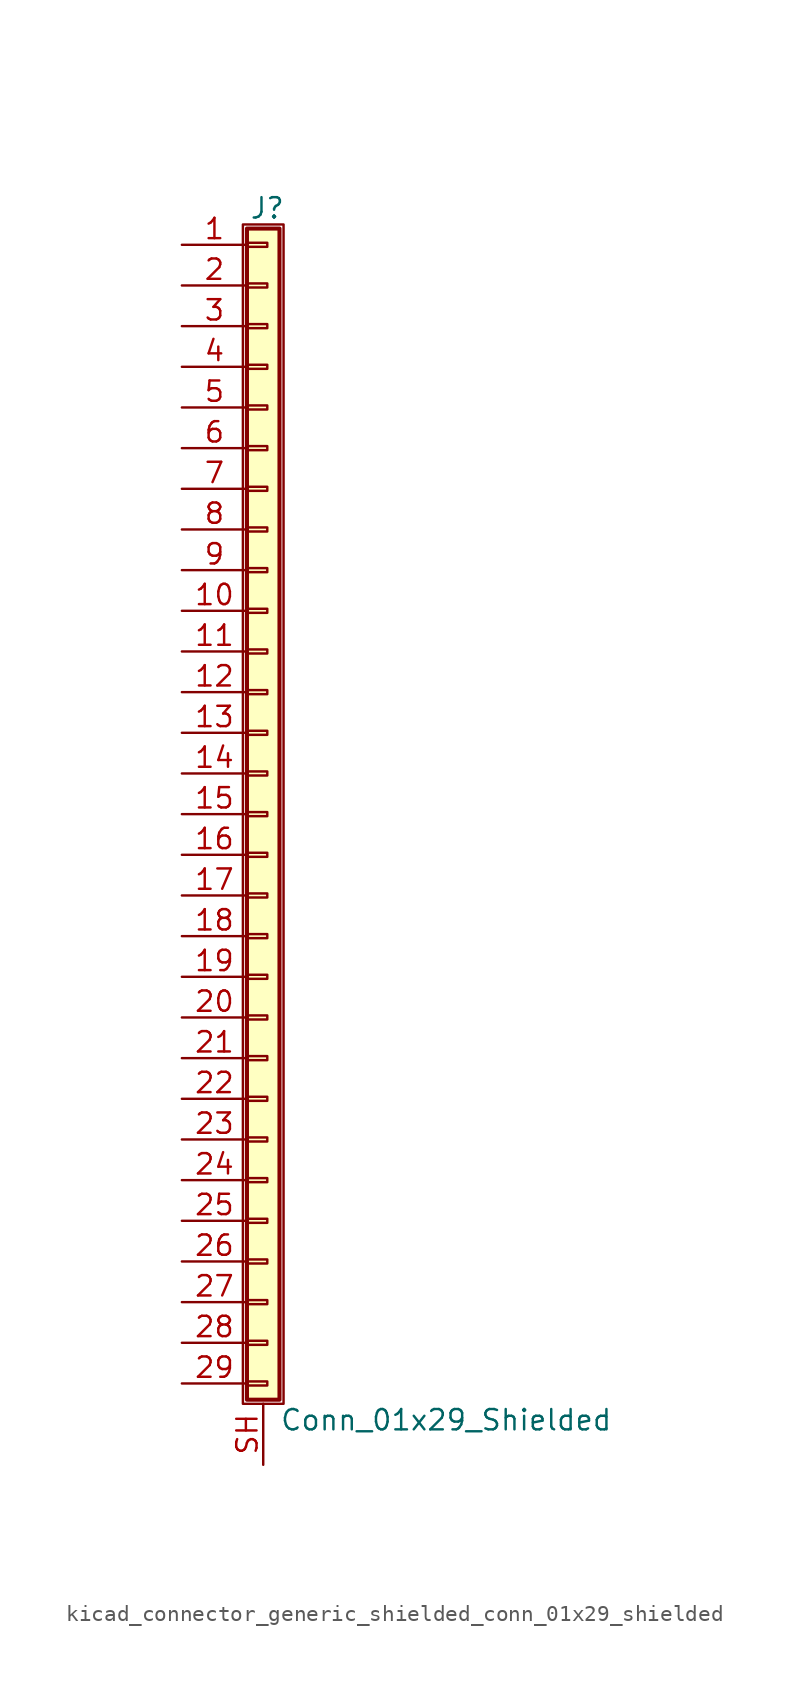
<source format=kicad_sym>
(kicad_symbol_lib
  (version 20220914)
  (generator kicad_symbol_editor)
  (symbol "kicad_connector_generic_shielded_conn_01x29_shielded"
    (pin_names
      (offset 1.016) hide)
    (property "Reference" "J"
      (at 0.254 37.846 0)
      (effects (font (size 1.27 1.27))))
    (property "Value" "Conn_01x29_Shielded"
      (at 1.016 -37.846 0)
      (effects (font (size 1.27 1.27)) (justify left)))
    (symbol "kicad_connector_generic_shielded_conn_01x29_shielded_1_1"
      (rectangle (start -1.27 36.83) (end 1.27 -36.83) (stroke (width 0.152) (type default)) (fill (type none)))
      (rectangle (start -1.016 -35.433) (end 0.254 -35.687) (stroke (width 0.152) (type default)) (fill (type none)))
      (rectangle (start -1.016 -32.893) (end 0.254 -33.147) (stroke (width 0.152) (type default)) (fill (type none)))
      (rectangle (start -1.016 -30.353) (end 0.254 -30.607) (stroke (width 0.152) (type default)) (fill (type none)))
      (rectangle (start -1.016 -27.813) (end 0.254 -28.067) (stroke (width 0.152) (type default)) (fill (type none)))
      (rectangle (start -1.016 -25.273) (end 0.254 -25.527) (stroke (width 0.152) (type default)) (fill (type none)))
      (rectangle (start -1.016 -22.733) (end 0.254 -22.987) (stroke (width 0.152) (type default)) (fill (type none)))
      (rectangle (start -1.016 -20.193) (end 0.254 -20.447) (stroke (width 0.152) (type default)) (fill (type none)))
      (rectangle (start -1.016 -17.653) (end 0.254 -17.907) (stroke (width 0.152) (type default)) (fill (type none)))
      (rectangle (start -1.016 -15.113) (end 0.254 -15.367) (stroke (width 0.152) (type default)) (fill (type none)))
      (rectangle (start -1.016 -12.573) (end 0.254 -12.827) (stroke (width 0.152) (type default)) (fill (type none)))
      (rectangle (start -1.016 -10.033) (end 0.254 -10.287) (stroke (width 0.152) (type default)) (fill (type none)))
      (rectangle (start -1.016 -7.493) (end 0.254 -7.747) (stroke (width 0.152) (type default)) (fill (type none)))
      (rectangle (start -1.016 -4.953) (end 0.254 -5.207) (stroke (width 0.152) (type default)) (fill (type none)))
      (rectangle (start -1.016 -2.413) (end 0.254 -2.667) (stroke (width 0.152) (type default)) (fill (type none)))
      (rectangle (start -1.016 0.127) (end 0.254 -0.127) (stroke (width 0.152) (type default)) (fill (type none)))
      (rectangle (start -1.016 2.667) (end 0.254 2.413) (stroke (width 0.152) (type default)) (fill (type none)))
      (rectangle (start -1.016 5.207) (end 0.254 4.953) (stroke (width 0.152) (type default)) (fill (type none)))
      (rectangle (start -1.016 7.747) (end 0.254 7.493) (stroke (width 0.152) (type default)) (fill (type none)))
      (rectangle (start -1.016 10.287) (end 0.254 10.033) (stroke (width 0.152) (type default)) (fill (type none)))
      (rectangle (start -1.016 12.827) (end 0.254 12.573) (stroke (width 0.152) (type default)) (fill (type none)))
      (rectangle (start -1.016 15.367) (end 0.254 15.113) (stroke (width 0.152) (type default)) (fill (type none)))
      (rectangle (start -1.016 17.907) (end 0.254 17.653) (stroke (width 0.152) (type default)) (fill (type none)))
      (rectangle (start -1.016 20.447) (end 0.254 20.193) (stroke (width 0.152) (type default)) (fill (type none)))
      (rectangle (start -1.016 22.987) (end 0.254 22.733) (stroke (width 0.152) (type default)) (fill (type none)))
      (rectangle (start -1.016 25.527) (end 0.254 25.273) (stroke (width 0.152) (type default)) (fill (type none)))
      (rectangle (start -1.016 28.067) (end 0.254 27.813) (stroke (width 0.152) (type default)) (fill (type none)))
      (rectangle (start -1.016 30.607) (end 0.254 30.353) (stroke (width 0.152) (type default)) (fill (type none)))
      (rectangle (start -1.016 33.147) (end 0.254 32.893) (stroke (width 0.152) (type default)) (fill (type none)))
      (rectangle (start -1.016 35.687) (end 0.254 35.433) (stroke (width 0.152) (type default)) (fill (type none)))
      (rectangle (start -1.016 36.576) (end 1.016 -36.576) (stroke (width 0.254) (type default)) (fill (type background)))
      (pin passive line (at -5.08 35.56 0) (length 4.064) (name "Pin_1" (effects (font (size 1.27 1.27)))) (number "1" (effects (font (size 1.27 1.27)))))
      (pin passive line (at -5.08 12.7 0) (length 4.064) (name "Pin_10" (effects (font (size 1.27 1.27)))) (number "10" (effects (font (size 1.27 1.27)))))
      (pin passive line (at -5.08 10.16 0) (length 4.064) (name "Pin_11" (effects (font (size 1.27 1.27)))) (number "11" (effects (font (size 1.27 1.27)))))
      (pin passive line (at -5.08 7.62 0) (length 4.064) (name "Pin_12" (effects (font (size 1.27 1.27)))) (number "12" (effects (font (size 1.27 1.27)))))
      (pin passive line (at -5.08 5.08 0) (length 4.064) (name "Pin_13" (effects (font (size 1.27 1.27)))) (number "13" (effects (font (size 1.27 1.27)))))
      (pin passive line (at -5.08 2.54 0) (length 4.064) (name "Pin_14" (effects (font (size 1.27 1.27)))) (number "14" (effects (font (size 1.27 1.27)))))
      (pin passive line (at -5.08 0 0) (length 4.064) (name "Pin_15" (effects (font (size 1.27 1.27)))) (number "15" (effects (font (size 1.27 1.27)))))
      (pin passive line (at -5.08 -2.54 0) (length 4.064) (name "Pin_16" (effects (font (size 1.27 1.27)))) (number "16" (effects (font (size 1.27 1.27)))))
      (pin passive line (at -5.08 -5.08 0) (length 4.064) (name "Pin_17" (effects (font (size 1.27 1.27)))) (number "17" (effects (font (size 1.27 1.27)))))
      (pin passive line (at -5.08 -7.62 0) (length 4.064) (name "Pin_18" (effects (font (size 1.27 1.27)))) (number "18" (effects (font (size 1.27 1.27)))))
      (pin passive line (at -5.08 -10.16 0) (length 4.064) (name "Pin_19" (effects (font (size 1.27 1.27)))) (number "19" (effects (font (size 1.27 1.27)))))
      (pin passive line (at -5.08 33.02 0) (length 4.064) (name "Pin_2" (effects (font (size 1.27 1.27)))) (number "2" (effects (font (size 1.27 1.27)))))
      (pin passive line (at -5.08 -12.7 0) (length 4.064) (name "Pin_20" (effects (font (size 1.27 1.27)))) (number "20" (effects (font (size 1.27 1.27)))))
      (pin passive line (at -5.08 -15.24 0) (length 4.064) (name "Pin_21" (effects (font (size 1.27 1.27)))) (number "21" (effects (font (size 1.27 1.27)))))
      (pin passive line (at -5.08 -17.78 0) (length 4.064) (name "Pin_22" (effects (font (size 1.27 1.27)))) (number "22" (effects (font (size 1.27 1.27)))))
      (pin passive line (at -5.08 -20.32 0) (length 4.064) (name "Pin_23" (effects (font (size 1.27 1.27)))) (number "23" (effects (font (size 1.27 1.27)))))
      (pin passive line (at -5.08 -22.86 0) (length 4.064) (name "Pin_24" (effects (font (size 1.27 1.27)))) (number "24" (effects (font (size 1.27 1.27)))))
      (pin passive line (at -5.08 -25.4 0) (length 4.064) (name "Pin_25" (effects (font (size 1.27 1.27)))) (number "25" (effects (font (size 1.27 1.27)))))
      (pin passive line (at -5.08 -27.94 0) (length 4.064) (name "Pin_26" (effects (font (size 1.27 1.27)))) (number "26" (effects (font (size 1.27 1.27)))))
      (pin passive line (at -5.08 -30.48 0) (length 4.064) (name "Pin_27" (effects (font (size 1.27 1.27)))) (number "27" (effects (font (size 1.27 1.27)))))
      (pin passive line (at -5.08 -33.02 0) (length 4.064) (name "Pin_28" (effects (font (size 1.27 1.27)))) (number "28" (effects (font (size 1.27 1.27)))))
      (pin passive line (at -5.08 -35.56 0) (length 4.064) (name "Pin_29" (effects (font (size 1.27 1.27)))) (number "29" (effects (font (size 1.27 1.27)))))
      (pin passive line (at -5.08 30.48 0) (length 4.064) (name "Pin_3" (effects (font (size 1.27 1.27)))) (number "3" (effects (font (size 1.27 1.27)))))
      (pin passive line (at -5.08 27.94 0) (length 4.064) (name "Pin_4" (effects (font (size 1.27 1.27)))) (number "4" (effects (font (size 1.27 1.27)))))
      (pin passive line (at -5.08 25.4 0) (length 4.064) (name "Pin_5" (effects (font (size 1.27 1.27)))) (number "5" (effects (font (size 1.27 1.27)))))
      (pin passive line (at -5.08 22.86 0) (length 4.064) (name "Pin_6" (effects (font (size 1.27 1.27)))) (number "6" (effects (font (size 1.27 1.27)))))
      (pin passive line (at -5.08 20.32 0) (length 4.064) (name "Pin_7" (effects (font (size 1.27 1.27)))) (number "7" (effects (font (size 1.27 1.27)))))
      (pin passive line (at -5.08 17.78 0) (length 4.064) (name "Pin_8" (effects (font (size 1.27 1.27)))) (number "8" (effects (font (size 1.27 1.27)))))
      (pin passive line (at -5.08 15.24 0) (length 4.064) (name "Pin_9" (effects (font (size 1.27 1.27)))) (number "9" (effects (font (size 1.27 1.27)))))
      (pin passive line (at 0 -40.64 90) (length 3.81) (name "Shield" (effects (font (size 1.27 1.27)))) (number "SH" (effects (font (size 1.27 1.27))))))))
</source>
